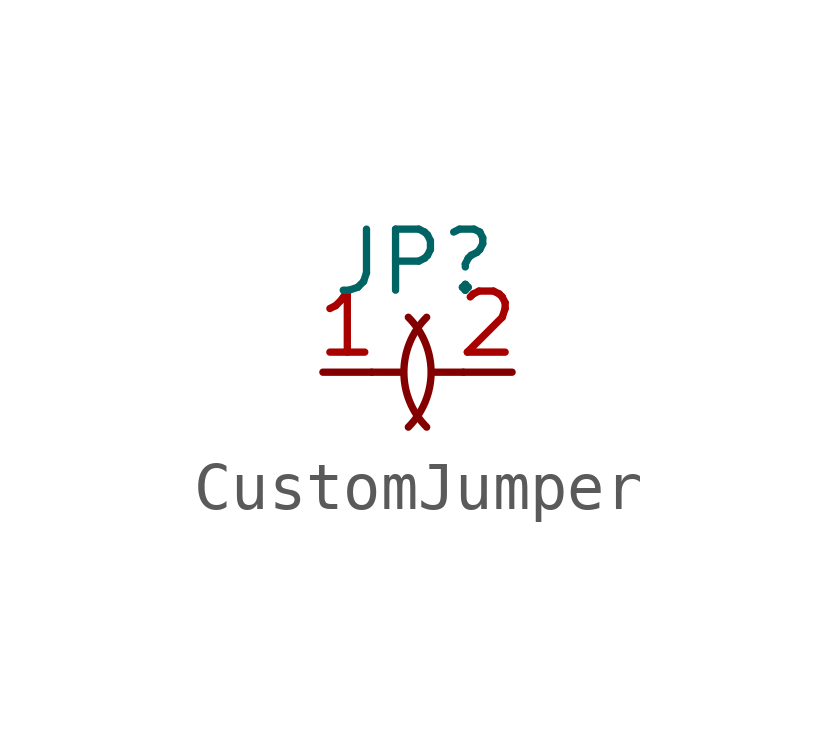
<source format=kicad_sym>
(kicad_symbol_lib
  (version 20220914)
  (generator kicad_symbol_editor)
  (symbol "CustomJumper"
    (property "Reference" "JP"
      (at 0 0 0)
      (effects (font (size 1.27 1.27))))
    (property "Value" ""
      (at 0 0 0)
      (effects (font (size 1.27 1.27))))
    (symbol "CustomJumper_0_1"
      (arc (start -0.1271 -3.429) (mid 0.3464 -2.286) (end -0.1271 -1.143) (stroke (width 0) (type default)) (fill (type none)))
      (polyline (pts (xy -0.889 -2.286) (xy -0.254 -2.286)) (stroke (width 0) (type default)) (fill (type none)))
      (polyline (pts (xy 1.016 -2.286) (xy 0.381 -2.286)) (stroke (width 0) (type default)) (fill (type none)))
      (arc (start 0.2541 -1.143) (mid -0.2194 -2.286) (end 0.2541 -3.429) (stroke (width 0) (type default)) (fill (type none))))
    (symbol "CustomJumper_1_1"
      (pin passive line (at -1.905 -2.286 0) (length 1.016) (name "~" (effects (font (size 1.27 1.27)))) (number "1" (effects (font (size 1.27 1.27)))))
      (pin passive line (at 2.032 -2.286 180) (length 1.016) (name "~" (effects (font (size 1.27 1.27)))) (number "2" (effects (font (size 1.27 1.27))))))))
</source>
